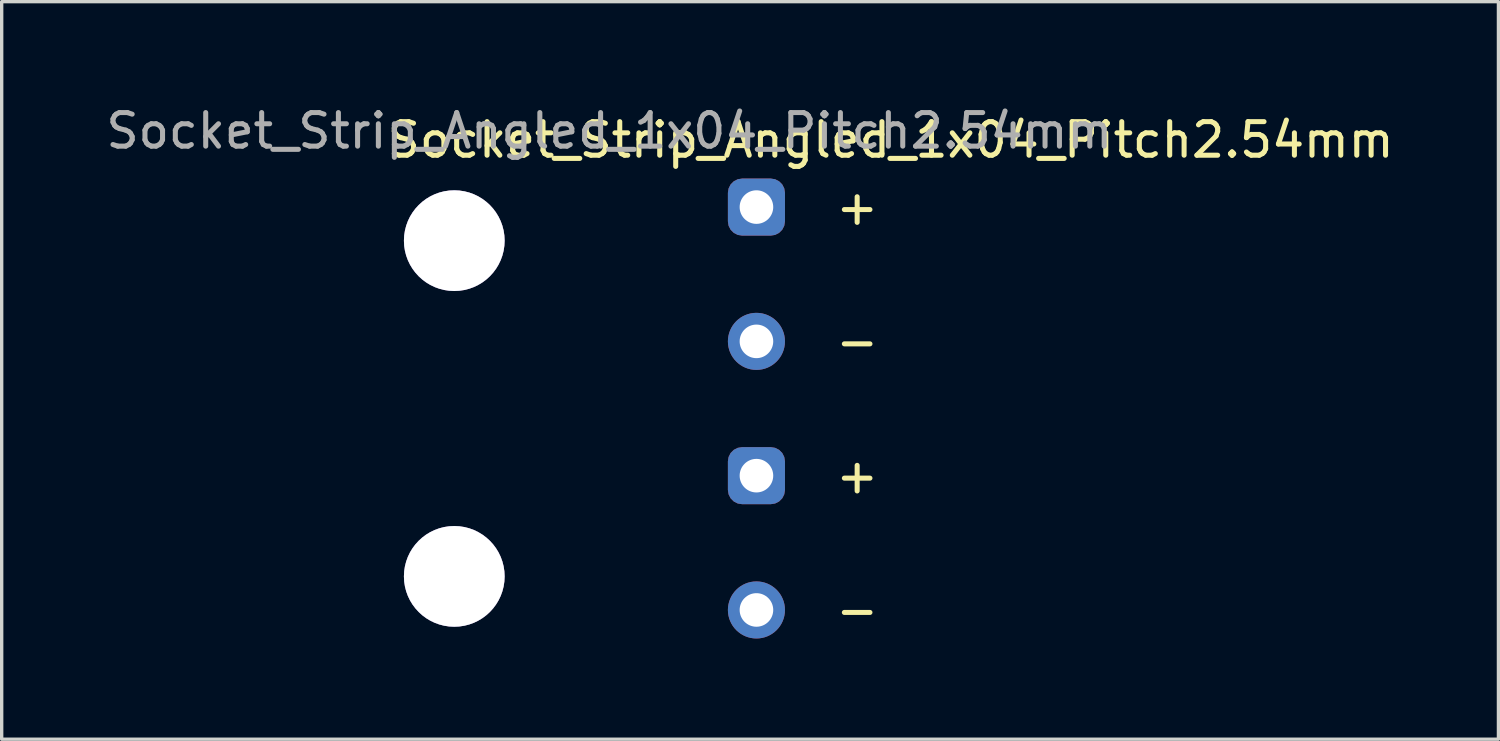
<source format=kicad_pcb>
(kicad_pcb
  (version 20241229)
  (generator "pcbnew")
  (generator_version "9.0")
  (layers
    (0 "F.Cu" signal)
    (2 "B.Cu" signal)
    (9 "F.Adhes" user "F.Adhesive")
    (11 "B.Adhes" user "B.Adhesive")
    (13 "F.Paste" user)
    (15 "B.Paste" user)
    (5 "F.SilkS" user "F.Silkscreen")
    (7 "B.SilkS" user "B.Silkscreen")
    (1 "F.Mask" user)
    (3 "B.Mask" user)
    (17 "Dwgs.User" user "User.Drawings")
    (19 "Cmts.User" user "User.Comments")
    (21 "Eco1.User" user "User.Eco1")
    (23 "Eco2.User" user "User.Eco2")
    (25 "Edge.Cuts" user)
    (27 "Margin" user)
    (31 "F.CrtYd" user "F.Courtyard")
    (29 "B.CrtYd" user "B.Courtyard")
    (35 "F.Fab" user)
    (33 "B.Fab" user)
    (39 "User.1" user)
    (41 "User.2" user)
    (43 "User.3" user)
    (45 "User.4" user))
  (footprint "Socket_Strip_Angled_1x04_Pitch2.54mm"
    (layer "F.Cu")
    (at 19.481 3.118)
    (property "Reference" "Socket_Strip_Angled_1x04_Pitch2.54mm" (at 4 -2 0) (layer "F.SilkS") (effects (font (size 1 1) (thickness 0.15))))
    (attr through_hole)
    (fp_text user "-" (at 3 12 0) (layer "F.SilkS") (effects (font (size 1 1) (thickness 0.15))))
    (fp_text user "+" (at 3 8 0) (layer "F.SilkS") (effects (font (size 1 1) (thickness 0.15))))
    (fp_text user "+" (at 3 0 0) (layer "F.SilkS") (effects (font (size 1 1) (thickness 0.15))))
    (fp_text user "-" (at 3 4 0) (layer "F.SilkS") (effects (font (size 1 1) (thickness 0.15))))
    (fp_text user "${REFERENCE}" (at -4.38 -2.27 0) (layer "F.Fab") (effects (font (size 1 1) (thickness 0.15))))
    (pad "0" thru_hole circle (at -9 1) (size 3 3) (drill 3) (layers "*.Cu" "*.Mask"))
    (pad "0" thru_hole circle (at -9 11) (size 3 3) (drill 3) (layers "*.Cu" "*.Mask"))
    (pad "1" thru_hole roundrect (at 0 0) (size 1.7 1.7) (drill 1) (layers "*.Cu" "*.Mask") (roundrect_rratio 0.25))
    (pad "2" thru_hole oval (at 0 4) (size 1.7 1.7) (drill 1) (layers "*.Cu" "*.Mask"))
    (pad "3" thru_hole roundrect (at 0 8) (size 1.7 1.7) (drill 1) (layers "*.Cu" "*.Mask") (roundrect_rratio 0.25))
    (pad "4" thru_hole oval (at 0 12) (size 1.7 1.7) (drill 1) (layers "*.Cu" "*.Mask")))
  (gr_rect
    (start -3 -3)
    (end 41.582 18.968)
    (stroke (width 0.1) (type default))
    (fill no)
    (layer "Edge.Cuts")))
</source>
